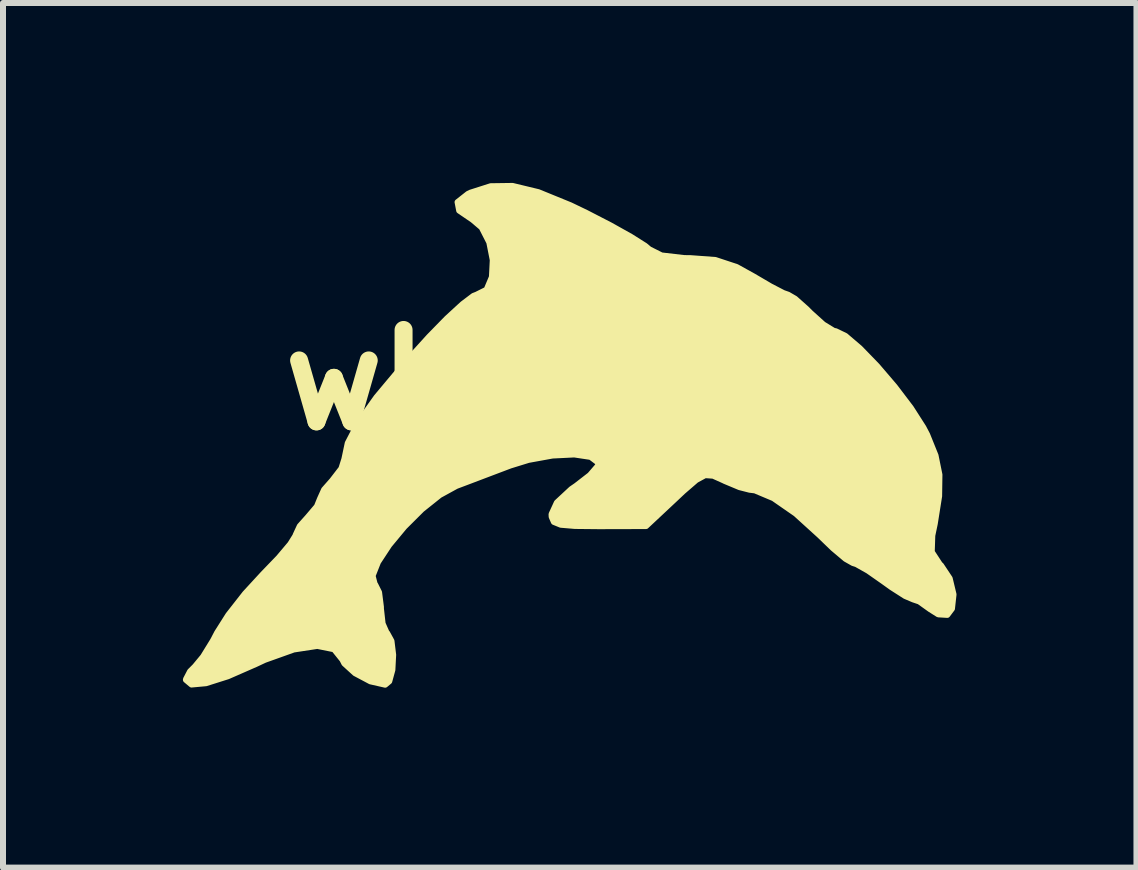
<source format=kicad_pcb>
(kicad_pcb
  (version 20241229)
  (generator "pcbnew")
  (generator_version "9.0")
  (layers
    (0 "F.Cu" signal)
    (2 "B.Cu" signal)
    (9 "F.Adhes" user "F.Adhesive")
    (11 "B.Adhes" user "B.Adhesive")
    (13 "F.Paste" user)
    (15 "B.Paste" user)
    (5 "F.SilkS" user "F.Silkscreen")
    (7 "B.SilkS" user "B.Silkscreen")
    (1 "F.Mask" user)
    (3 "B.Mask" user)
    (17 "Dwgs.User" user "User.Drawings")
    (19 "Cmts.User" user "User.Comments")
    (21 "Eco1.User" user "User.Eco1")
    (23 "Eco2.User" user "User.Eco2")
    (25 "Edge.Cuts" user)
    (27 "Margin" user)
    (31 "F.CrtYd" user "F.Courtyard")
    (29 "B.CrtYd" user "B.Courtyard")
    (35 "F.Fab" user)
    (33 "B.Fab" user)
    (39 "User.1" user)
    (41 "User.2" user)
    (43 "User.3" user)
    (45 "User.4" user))
  (footprint "wld_logo"
    (layer "F.Cu")
    (at 6.654 3.286)
    (property "Reference" "wld_logo" (at 0 0 0) (layer "F.SilkS") (effects (font (size 1.524 1.524) (thickness 0.3))))
    (attr through_hole)
    (fp_poly (pts (xy 6.194 3.575) (xy 6.168 3.812) (xy 6.09 3.916) (xy 5.94 3.907) (xy 5.802 3.82) (xy 5.623 3.692) (xy 5.522 3.658) (xy 5.388 3.601) (xy 5.16 3.455) (xy 5.022 3.356) (xy 4.769 3.179) (xy 4.574 3.069) (xy 4.517 3.051) (xy 4.395 2.982) (xy 4.184 2.804) (xy 3.958 2.586) (xy 3.564 2.228) (xy 3.192 1.97) (xy 2.883 1.84) (xy 2.794 1.829) (xy 2.626 1.786) (xy 2.38 1.683) (xy 2.36 1.673) (xy 2.186 1.595) (xy 2.052 1.586) (xy 1.903 1.667) (xy 1.683 1.857) (xy 1.557 1.976) (xy 1.067 2.435) (xy 0.279 2.437) (xy -0.118 2.433) (xy -0.354 2.413) (xy -0.469 2.366) (xy -0.506 2.281) (xy -0.508 2.237) (xy -0.419 2.043) (xy -0.178 1.819) (xy -0.098 1.764) (xy 0.133 1.585) (xy 0.263 1.434) (xy 0.275 1.381) (xy 0.144 1.282) (xy -0.129 1.241) (xy -0.493 1.259) (xy -0.894 1.332) (xy -1.198 1.426) (xy -1.573 1.568) (xy -1.921 1.7) (xy -2.096 1.766) (xy -2.373 1.918) (xy -2.671 2.156) (xy -2.962 2.446) (xy -3.215 2.751) (xy -3.402 3.036) (xy -3.492 3.264) (xy -3.457 3.402) (xy -3.451 3.406) (xy -3.384 3.54) (xy -3.353 3.784) (xy -3.353 3.81) (xy -3.325 4.061) (xy -3.259 4.211) (xy -3.251 4.216) (xy -3.177 4.351) (xy -3.149 4.582) (xy -3.162 4.833) (xy -3.214 5.023) (xy -3.282 5.08) (xy -3.528 5.024) (xy -3.784 4.888) (xy -3.963 4.725) (xy -3.995 4.662) (xy -4.134 4.489) (xy -4.413 4.433) (xy -4.807 4.493) (xy -5.291 4.666) (xy -5.436 4.734) (xy -5.904 4.939) (xy -6.27 5.055) (xy -6.511 5.077) (xy -6.604 4.999) (xy -6.604 4.991) (xy -6.535 4.858) (xy -6.453 4.776) (xy -6.318 4.613) (xy -6.153 4.345) (xy -6.084 4.213) (xy -5.896 3.916) (xy -5.618 3.561) (xy -5.32 3.237) (xy -5.057 2.964) (xy -4.864 2.735) (xy -4.777 2.595) (xy -4.775 2.585) (xy -4.706 2.436) (xy -4.572 2.286) (xy -4.42 2.107) (xy -4.369 1.981) (xy -4.3 1.828) (xy -4.166 1.676) (xy -4.012 1.476) (xy -3.962 1.317) (xy -3.906 1.052) (xy -3.73 0.713) (xy -3.425 0.285) (xy -2.981 -0.246) (xy -2.549 -0.722) (xy -2.251 -1.027) (xy -1.992 -1.265) (xy -1.811 -1.402) (xy -1.759 -1.422) (xy -1.591 -1.506) (xy -1.502 -1.718) (xy -1.488 -2) (xy -1.546 -2.295) (xy -1.673 -2.544) (xy -1.821 -2.67) (xy -2.048 -2.825) (xy -2.075 -2.966) (xy -1.901 -3.103) (xy -1.858 -3.124) (xy -1.523 -3.231) (xy -1.159 -3.236) (xy -0.728 -3.132) (xy -0.192 -2.913) (xy 0.068 -2.788) (xy 0.473 -2.579) (xy 0.816 -2.387) (xy 1.05 -2.239) (xy 1.122 -2.179) (xy 1.325 -2.077) (xy 1.704 -2.033) (xy 1.805 -2.032) (xy 2.223 -2.001) (xy 2.577 -1.884) (xy 2.86 -1.727) (xy 3.143 -1.561) (xy 3.357 -1.45) (xy 3.437 -1.422) (xy 3.552 -1.355) (xy 3.741 -1.187) (xy 3.81 -1.118) (xy 4.023 -0.926) (xy 4.196 -0.82) (xy 4.231 -0.813) (xy 4.392 -0.735) (xy 4.633 -0.529) (xy 4.918 -0.235) (xy 5.213 0.11) (xy 5.482 0.464) (xy 5.69 0.789) (xy 5.754 0.911) (xy 5.894 1.258) (xy 5.959 1.578) (xy 5.954 1.936) (xy 5.881 2.397) (xy 5.84 2.593) (xy 5.831 2.866) (xy 5.966 3.073) (xy 5.986 3.091) (xy 6.13 3.308) (xy 6.194 3.575)) (stroke (width 0.1) (type solid)) (fill yes) (layer "F.SilkS")))
  (gr_rect
    (start -3 -3)
    (end 15.898 11.416)
    (stroke (width 0.1) (type default))
    (fill no)
    (layer "Edge.Cuts")))
</source>
